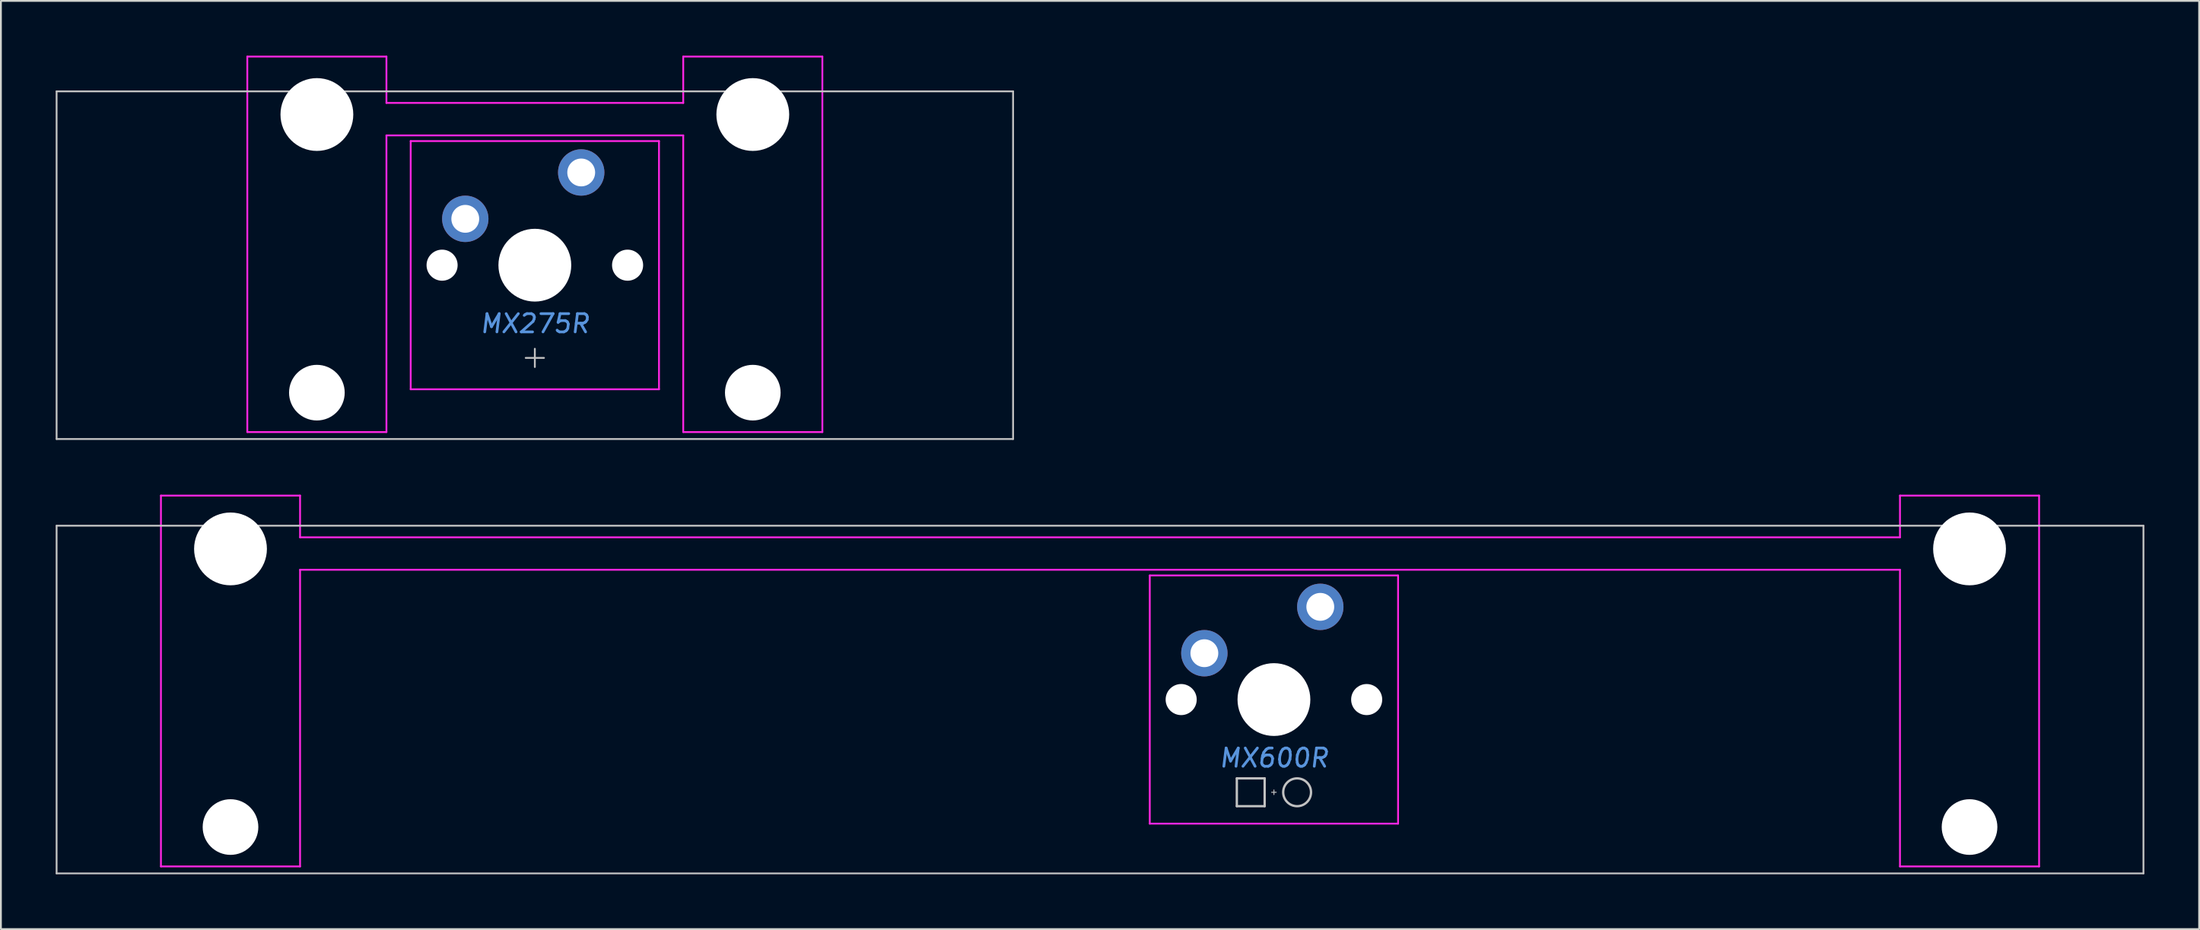
<source format=kicad_pcb>
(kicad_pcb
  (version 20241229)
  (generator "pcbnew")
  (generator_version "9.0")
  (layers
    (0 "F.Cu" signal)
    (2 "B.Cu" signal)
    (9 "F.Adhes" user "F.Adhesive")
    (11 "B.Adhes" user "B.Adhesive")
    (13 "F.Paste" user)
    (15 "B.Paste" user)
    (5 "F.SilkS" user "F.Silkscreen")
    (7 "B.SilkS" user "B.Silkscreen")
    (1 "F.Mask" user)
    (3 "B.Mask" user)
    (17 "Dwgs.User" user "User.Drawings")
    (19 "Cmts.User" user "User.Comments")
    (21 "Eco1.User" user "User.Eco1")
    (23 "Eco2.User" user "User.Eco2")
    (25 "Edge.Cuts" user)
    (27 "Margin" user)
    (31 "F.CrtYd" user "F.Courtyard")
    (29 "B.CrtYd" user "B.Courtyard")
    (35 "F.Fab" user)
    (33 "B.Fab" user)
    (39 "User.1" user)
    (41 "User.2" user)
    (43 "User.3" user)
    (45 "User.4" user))
  (footprint "MX600R"
    (layer "F.Cu")
    (at 66.725 35.281)
    (property "Reference" "MX600R" (at 0 3.2 0) (layer "Cmts.User") (effects (font (size 1 1) (thickness 0.15) (italic yes))))
    (attr through_hole)
    (fp_line (start -66.675 -9.525) (end -66.675 9.525) (stroke (width 0.1) (type solid)) (layer "Dwgs.User"))
    (fp_line (start -2.032 5.842) (end -2.032 4.318) (stroke (width 0.127) (type solid)) (layer "Dwgs.User"))
    (fp_line (start -0.508 4.318) (end -2.032 4.318) (stroke (width 0.127) (type solid)) (layer "Dwgs.User"))
    (fp_line (start -0.508 4.318) (end -0.508 5.842) (stroke (width 0.127) (type solid)) (layer "Dwgs.User"))
    (fp_line (start -0.508 5.842) (end -2.032 5.842) (stroke (width 0.127) (type solid)) (layer "Dwgs.User"))
    (fp_line (start 0 5.207) (end 0 4.953) (stroke (width 0.051) (type solid)) (layer "Dwgs.User"))
    (fp_line (start 0.127 5.08) (end -0.127 5.08) (stroke (width 0.051) (type solid)) (layer "Dwgs.User"))
    (fp_line (start 47.625 -9.525) (end -66.675 -9.525) (stroke (width 0.1) (type solid)) (layer "Dwgs.User"))
    (fp_line (start 47.625 -9.525) (end 47.625 9.525) (stroke (width 0.1) (type solid)) (layer "Dwgs.User"))
    (fp_line (start 47.625 9.525) (end -66.675 9.525) (stroke (width 0.1) (type solid)) (layer "Dwgs.User"))
    (fp_circle (center 1.27 5.08) (end 0.508 5.08) (stroke (width 0.127) (type solid)) (fill no) (layer "Dwgs.User"))
    (fp_line (start -60.65 5.485) (end -60.65 -8.515) (stroke (width 0.1) (type solid)) (layer "Eco1.User"))
    (fp_line (start -60.15 5.985) (end -54.15 5.985) (stroke (width 0.1) (type solid)) (layer "Eco1.User"))
    (fp_line (start -54.15 -9.015) (end -60.15 -9.015) (stroke (width 0.1) (type solid)) (layer "Eco1.User"))
    (fp_line (start -53.65 -8.515) (end -53.65 5.485) (stroke (width 0.1) (type solid)) (layer "Eco1.User"))
    (fp_line (start -7 6.5) (end -7 -6.5) (stroke (width 0.1) (type solid)) (layer "Eco1.User"))
    (fp_line (start -6.5 -7) (end 6.5 -7) (stroke (width 0.1) (type solid)) (layer "Eco1.User"))
    (fp_line (start 6.5 7) (end -6.5 7) (stroke (width 0.1) (type solid)) (layer "Eco1.User"))
    (fp_line (start 7 -6.5) (end 7 6.5) (stroke (width 0.1) (type solid)) (layer "Eco1.User"))
    (fp_line (start 34.6 5.485) (end 34.6 -8.515) (stroke (width 0.1) (type solid)) (layer "Eco1.User"))
    (fp_line (start 35.1 5.985) (end 41.1 5.985) (stroke (width 0.1) (type solid)) (layer "Eco1.User"))
    (fp_line (start 41.1 -9.015) (end 35.1 -9.015) (stroke (width 0.1) (type solid)) (layer "Eco1.User"))
    (fp_line (start 41.6 -8.515) (end 41.6 5.485) (stroke (width 0.1) (type solid)) (layer "Eco1.User"))
    (fp_arc (start -60.65 -8.515) (mid -60.503553 -8.868553) (end -60.15 -9.015) (stroke (width 0.1) (type solid)) (layer "Eco1.User"))
    (fp_arc (start -60.15 5.985) (mid -60.503553 5.838553) (end -60.65 5.485) (stroke (width 0.1) (type solid)) (layer "Eco1.User"))
    (fp_arc (start -54.15 -9.015) (mid -53.796447 -8.868553) (end -53.65 -8.515) (stroke (width 0.1) (type solid)) (layer "Eco1.User"))
    (fp_arc (start -53.65 5.485) (mid -53.796447 5.838553) (end -54.15 5.985) (stroke (width 0.1) (type solid)) (layer "Eco1.User"))
    (fp_arc (start -7 -6.5) (mid -6.853553 -6.853553) (end -6.5 -7) (stroke (width 0.1) (type solid)) (layer "Eco1.User"))
    (fp_arc (start -6.5 7) (mid -6.853553 6.853553) (end -7 6.5) (stroke (width 0.1) (type solid)) (layer "Eco1.User"))
    (fp_arc (start 6.5 -7) (mid 6.853553 -6.853553) (end 7 -6.5) (stroke (width 0.1) (type solid)) (layer "Eco1.User"))
    (fp_arc (start 7 6.5) (mid 6.853553 6.853553) (end 6.5 7) (stroke (width 0.1) (type solid)) (layer "Eco1.User"))
    (fp_arc (start 34.6 -8.515) (mid 34.746447 -8.868553) (end 35.1 -9.015) (stroke (width 0.1) (type solid)) (layer "Eco1.User"))
    (fp_arc (start 35.1 5.985) (mid 34.746447 5.838553) (end 34.6 5.485) (stroke (width 0.1) (type solid)) (layer "Eco1.User"))
    (fp_arc (start 41.1 -9.015) (mid 41.453553 -8.868553) (end 41.6 -8.515) (stroke (width 0.1) (type solid)) (layer "Eco1.User"))
    (fp_line (start -60.96 -11.176) (end -53.34 -11.176) (stroke (width 0.1) (type solid)) (layer "F.CrtYd"))
    (fp_line (start -60.96 9.144) (end -60.96 -11.176) (stroke (width 0.1) (type solid)) (layer "F.CrtYd"))
    (fp_line (start -60.96 9.144) (end -53.34 9.144) (stroke (width 0.1) (type solid)) (layer "F.CrtYd"))
    (fp_line (start -53.34 -8.89) (end -53.34 -11.176) (stroke (width 0.1) (type solid)) (layer "F.CrtYd"))
    (fp_line (start -53.34 -8.89) (end 34.29 -8.89) (stroke (width 0.1) (type solid)) (layer "F.CrtYd"))
    (fp_line (start -53.34 -7.112) (end -53.34 9.144) (stroke (width 0.1) (type solid)) (layer "F.CrtYd"))
    (fp_line (start -53.34 -7.112) (end 34.29 -7.112) (stroke (width 0.1) (type solid)) (layer "F.CrtYd"))
    (fp_line (start -6.8 6.8) (end -6.8 -6.8) (stroke (width 0.1) (type solid)) (layer "F.CrtYd"))
    (fp_line (start 6.8 -6.8) (end -6.8 -6.8) (stroke (width 0.1) (type solid)) (layer "F.CrtYd"))
    (fp_line (start 6.8 -6.8) (end 6.8 6.8) (stroke (width 0.1) (type solid)) (layer "F.CrtYd"))
    (fp_line (start 6.8 6.8) (end -6.8 6.8) (stroke (width 0.1) (type solid)) (layer "F.CrtYd"))
    (fp_line (start 34.29 -11.176) (end 41.91 -11.176) (stroke (width 0.1) (type solid)) (layer "F.CrtYd"))
    (fp_line (start 34.29 -8.89) (end 34.29 -11.176) (stroke (width 0.1) (type solid)) (layer "F.CrtYd"))
    (fp_line (start 34.29 -7.112) (end 34.29 9.144) (stroke (width 0.1) (type solid)) (layer "F.CrtYd"))
    (fp_line (start 34.29 9.144) (end 41.91 9.144) (stroke (width 0.1) (type solid)) (layer "F.CrtYd"))
    (fp_line (start 41.91 9.144) (end 41.91 -11.176) (stroke (width 0.1) (type solid)) (layer "F.CrtYd"))
    (pad "" np_thru_hole circle (at -57.15 -8.255) (size 3.988 3.988) (drill 3.988) (layers "*.Cu" "*.Mask"))
    (pad "" np_thru_hole circle (at -57.15 6.985) (size 3.048 3.048) (drill 3.048) (layers "*.Cu" "*.Mask"))
    (pad "" np_thru_hole circle (at -5.08 0) (size 1.702 1.702) (drill 1.702) (layers "*.Cu" "*.Mask"))
    (pad "" np_thru_hole circle (at 0 0) (size 3.988 3.988) (drill 3.988) (layers "*.Cu" "*.Mask"))
    (pad "" np_thru_hole circle (at 5.08 0) (size 1.702 1.702) (drill 1.702) (layers "*.Cu" "*.Mask"))
    (pad "" np_thru_hole circle (at 38.1 -8.255) (size 3.988 3.988) (drill 3.988) (layers "*.Cu" "*.Mask"))
    (pad "" np_thru_hole circle (at 38.1 6.985) (size 3.048 3.048) (drill 3.048) (layers "*.Cu" "*.Mask"))
    (pad "1" thru_hole circle (at 2.54 -5.08) (size 2.54 2.54) (drill 1.524) (layers "*.Cu" "*.Mask"))
    (pad "2" thru_hole circle (at -3.81 -2.54) (size 2.54 2.54) (drill 1.524) (layers "*.Cu" "*.Mask")))
  (footprint "MX275R"
    (layer "F.Cu")
    (at 26.244 11.48)
    (property "Reference" "MX275R" (at 0 3.2 0) (layer "Cmts.User") (effects (font (size 1 1) (thickness 0.15) (italic yes))))
    (attr through_hole)
    (fp_line (start -26.194 -9.525) (end -26.194 9.525) (stroke (width 0.1) (type solid)) (layer "Dwgs.User"))
    (fp_line (start 0 5.58) (end 0 4.58) (stroke (width 0.1) (type solid)) (layer "Dwgs.User"))
    (fp_line (start 0.5 5.08) (end -0.5 5.08) (stroke (width 0.1) (type solid)) (layer "Dwgs.User"))
    (fp_line (start 26.194 -9.525) (end -26.194 -9.525) (stroke (width 0.1) (type solid)) (layer "Dwgs.User"))
    (fp_line (start 26.194 -9.525) (end 26.194 9.525) (stroke (width 0.1) (type solid)) (layer "Dwgs.User"))
    (fp_line (start 26.194 9.525) (end -26.194 9.525) (stroke (width 0.1) (type solid)) (layer "Dwgs.User"))
    (fp_line (start -15.438 5.485) (end -15.438 -8.515) (stroke (width 0.1) (type solid)) (layer "Eco1.User"))
    (fp_line (start -14.938 5.985) (end -8.938 5.985) (stroke (width 0.1) (type solid)) (layer "Eco1.User"))
    (fp_line (start -8.938 -9.015) (end -14.938 -9.015) (stroke (width 0.1) (type solid)) (layer "Eco1.User"))
    (fp_line (start -8.438 -8.515) (end -8.438 5.485) (stroke (width 0.1) (type solid)) (layer "Eco1.User"))
    (fp_line (start -7 6.5) (end -7 -6.5) (stroke (width 0.1) (type solid)) (layer "Eco1.User"))
    (fp_line (start -6.5 -7) (end 6.5 -7) (stroke (width 0.1) (type solid)) (layer "Eco1.User"))
    (fp_line (start 6.5 7) (end -6.5 7) (stroke (width 0.1) (type solid)) (layer "Eco1.User"))
    (fp_line (start 7 -6.5) (end 7 6.5) (stroke (width 0.1) (type solid)) (layer "Eco1.User"))
    (fp_line (start 8.438 5.485) (end 8.438 -8.515) (stroke (width 0.1) (type solid)) (layer "Eco1.User"))
    (fp_line (start 8.938 5.985) (end 14.938 5.985) (stroke (width 0.1) (type solid)) (layer "Eco1.User"))
    (fp_line (start 14.938 -9.015) (end 8.938 -9.015) (stroke (width 0.1) (type solid)) (layer "Eco1.User"))
    (fp_line (start 15.438 -8.515) (end 15.438 5.485) (stroke (width 0.1) (type solid)) (layer "Eco1.User"))
    (fp_arc (start -15.438 -8.515) (mid -15.291553 -8.868553) (end -14.938 -9.015) (stroke (width 0.1) (type solid)) (layer "Eco1.User"))
    (fp_arc (start -14.938 5.985) (mid -15.291553 5.838553) (end -15.438 5.485) (stroke (width 0.1) (type solid)) (layer "Eco1.User"))
    (fp_arc (start -8.938 -9.015) (mid -8.584447 -8.868553) (end -8.438 -8.515) (stroke (width 0.1) (type solid)) (layer "Eco1.User"))
    (fp_arc (start -8.438 5.485) (mid -8.584447 5.838553) (end -8.938 5.985) (stroke (width 0.1) (type solid)) (layer "Eco1.User"))
    (fp_arc (start -7 -6.5) (mid -6.853553 -6.853553) (end -6.5 -7) (stroke (width 0.1) (type solid)) (layer "Eco1.User"))
    (fp_arc (start -6.5 7) (mid -6.853553 6.853553) (end -7 6.5) (stroke (width 0.1) (type solid)) (layer "Eco1.User"))
    (fp_arc (start 6.5 -7) (mid 6.853553 -6.853553) (end 7 -6.5) (stroke (width 0.1) (type solid)) (layer "Eco1.User"))
    (fp_arc (start 7 6.5) (mid 6.853553 6.853553) (end 6.5 7) (stroke (width 0.1) (type solid)) (layer "Eco1.User"))
    (fp_arc (start 8.438 -8.515) (mid 8.584447 -8.868553) (end 8.938 -9.015) (stroke (width 0.1) (type solid)) (layer "Eco1.User"))
    (fp_arc (start 8.938 5.985) (mid 8.584447 5.838553) (end 8.438 5.485) (stroke (width 0.1) (type solid)) (layer "Eco1.User"))
    (fp_arc (start 14.938 -9.015) (mid 15.291553 -8.868553) (end 15.438 -8.515) (stroke (width 0.1) (type solid)) (layer "Eco1.User"))
    (fp_arc (start 15.438 5.485) (mid 15.291553 5.838553) (end 14.938 5.985) (stroke (width 0.1) (type solid)) (layer "Eco1.User"))
    (fp_line (start -15.748 -11.43) (end -15.748 9.144) (stroke (width 0.1) (type solid)) (layer "F.CrtYd"))
    (fp_line (start -15.748 9.144) (end -8.128 9.144) (stroke (width 0.1) (type solid)) (layer "F.CrtYd"))
    (fp_line (start -8.128 -11.43) (end -15.748 -11.43) (stroke (width 0.1) (type solid)) (layer "F.CrtYd"))
    (fp_line (start -8.128 -11.43) (end -8.128 -8.89) (stroke (width 0.1) (type solid)) (layer "F.CrtYd"))
    (fp_line (start -8.128 -8.89) (end 8.128 -8.89) (stroke (width 0.1) (type solid)) (layer "F.CrtYd"))
    (fp_line (start -8.128 -7.112) (end 8.128 -7.112) (stroke (width 0.1) (type solid)) (layer "F.CrtYd"))
    (fp_line (start -8.128 9.144) (end -8.128 -7.112) (stroke (width 0.1) (type solid)) (layer "F.CrtYd"))
    (fp_line (start -6.8 -6.8) (end 6.8 -6.8) (stroke (width 0.1) (type solid)) (layer "F.CrtYd"))
    (fp_line (start -6.8 6.8) (end -6.8 -6.8) (stroke (width 0.1) (type solid)) (layer "F.CrtYd"))
    (fp_line (start -6.8 6.8) (end 6.8 6.8) (stroke (width 0.1) (type solid)) (layer "F.CrtYd"))
    (fp_line (start 6.8 6.8) (end 6.8 -6.8) (stroke (width 0.1) (type solid)) (layer "F.CrtYd"))
    (fp_line (start 8.128 -11.43) (end 8.128 -8.89) (stroke (width 0.1) (type solid)) (layer "F.CrtYd"))
    (fp_line (start 8.128 9.144) (end 8.128 -7.112) (stroke (width 0.1) (type solid)) (layer "F.CrtYd"))
    (fp_line (start 8.128 9.144) (end 15.748 9.144) (stroke (width 0.1) (type solid)) (layer "F.CrtYd"))
    (fp_line (start 15.748 -11.43) (end 8.128 -11.43) (stroke (width 0.1) (type solid)) (layer "F.CrtYd"))
    (fp_line (start 15.748 9.144) (end 15.748 -11.43) (stroke (width 0.1) (type solid)) (layer "F.CrtYd"))
    (pad "" np_thru_hole circle (at -11.938 -8.255 180) (size 3.988 3.988) (drill 3.988) (layers "*.Cu" "*.Mask"))
    (pad "" np_thru_hole circle (at -11.938 6.985 180) (size 3.048 3.048) (drill 3.048) (layers "*.Cu" "*.Mask"))
    (pad "" np_thru_hole circle (at -5.08 0) (size 1.702 1.702) (drill 1.702) (layers "*.Cu" "*.Mask"))
    (pad "" np_thru_hole circle (at 0 0) (size 3.988 3.988) (drill 3.988) (layers "*.Cu" "*.Mask"))
    (pad "" np_thru_hole circle (at 5.08 0) (size 1.702 1.702) (drill 1.702) (layers "*.Cu" "*.Mask"))
    (pad "" np_thru_hole circle (at 11.938 -8.255 180) (size 3.988 3.988) (drill 3.988) (layers "*.Cu" "*.Mask"))
    (pad "" np_thru_hole circle (at 11.938 6.985 180) (size 3.048 3.048) (drill 3.048) (layers "*.Cu" "*.Mask"))
    (pad "1" thru_hole circle (at 2.54 -5.08) (size 2.54 2.54) (drill 1.524) (layers "*.Cu" "*.Mask"))
    (pad "2" thru_hole circle (at -3.81 -2.54) (size 2.54 2.54) (drill 1.524) (layers "*.Cu" "*.Mask")))
  (gr_rect
    (start -3 -3)
    (end 117.4 47.856)
    (stroke (width 0.1) (type default))
    (fill no)
    (layer "Edge.Cuts")))
</source>
